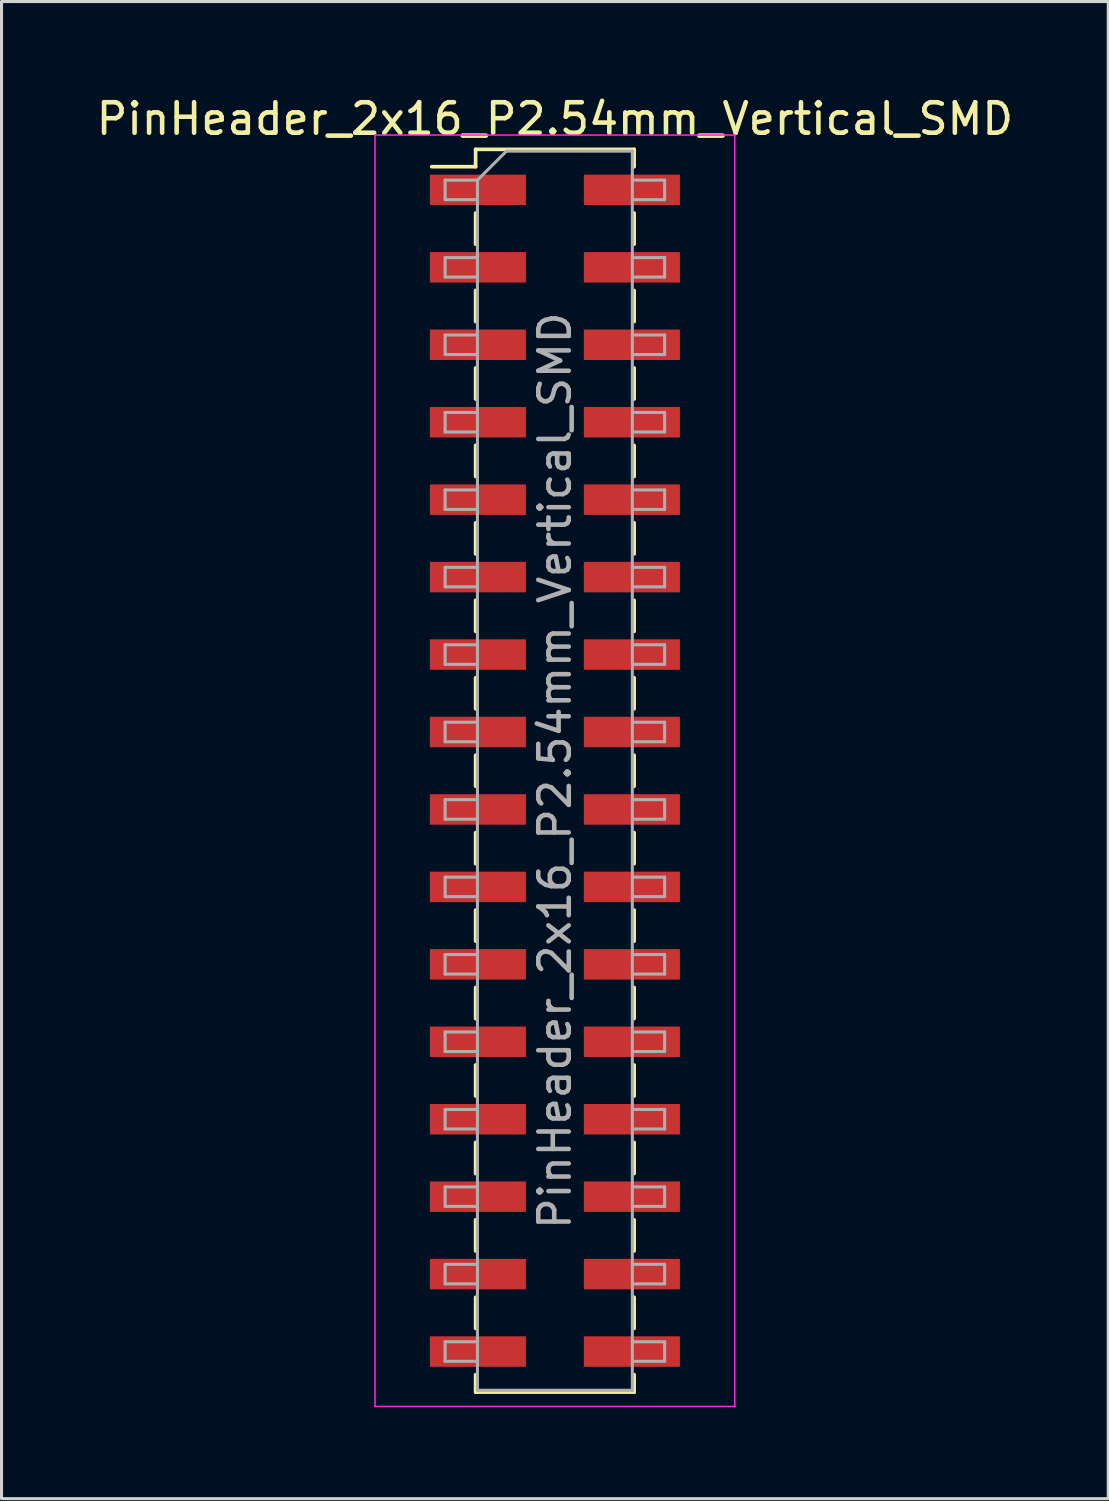
<source format=kicad_pcb>
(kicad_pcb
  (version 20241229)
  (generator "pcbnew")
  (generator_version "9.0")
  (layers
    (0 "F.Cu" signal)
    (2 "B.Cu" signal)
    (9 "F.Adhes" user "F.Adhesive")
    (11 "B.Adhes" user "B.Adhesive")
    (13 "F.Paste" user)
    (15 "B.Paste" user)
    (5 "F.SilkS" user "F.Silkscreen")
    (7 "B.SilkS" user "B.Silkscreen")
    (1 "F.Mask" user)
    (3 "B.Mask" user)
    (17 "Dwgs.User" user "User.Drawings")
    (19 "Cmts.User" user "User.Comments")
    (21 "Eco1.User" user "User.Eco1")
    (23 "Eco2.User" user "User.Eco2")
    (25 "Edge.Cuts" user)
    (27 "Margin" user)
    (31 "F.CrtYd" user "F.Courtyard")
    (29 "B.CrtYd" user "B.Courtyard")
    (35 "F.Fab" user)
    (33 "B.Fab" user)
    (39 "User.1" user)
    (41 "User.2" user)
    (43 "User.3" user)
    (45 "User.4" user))
  (footprint "PinHeader_2x16_P2.54mm_Vertical_SMD"
    (layer "F.Cu")
    (at 15.149 22.228)
    (property "Reference" "PinHeader_2x16_P2.54mm_Vertical_SMD" (at 0 -21.38 0) (layer "F.SilkS") (effects (font (size 1 1) (thickness 0.15))))
    (attr smd)
    (fp_line (start -4.04 -19.81) (end -2.6 -19.81) (stroke (width 0.12) (type solid)) (layer "F.SilkS"))
    (fp_line (start -2.6 -20.38) (end -2.6 -19.81) (stroke (width 0.12) (type solid)) (layer "F.SilkS"))
    (fp_line (start -2.6 -20.38) (end 2.6 -20.38) (stroke (width 0.12) (type solid)) (layer "F.SilkS"))
    (fp_line (start -2.6 -18.29) (end -2.6 -17.27) (stroke (width 0.12) (type solid)) (layer "F.SilkS"))
    (fp_line (start -2.6 -15.75) (end -2.6 -14.73) (stroke (width 0.12) (type solid)) (layer "F.SilkS"))
    (fp_line (start -2.6 -13.21) (end -2.6 -12.19) (stroke (width 0.12) (type solid)) (layer "F.SilkS"))
    (fp_line (start -2.6 -10.67) (end -2.6 -9.65) (stroke (width 0.12) (type solid)) (layer "F.SilkS"))
    (fp_line (start -2.6 -8.13) (end -2.6 -7.11) (stroke (width 0.12) (type solid)) (layer "F.SilkS"))
    (fp_line (start -2.6 -5.59) (end -2.6 -4.57) (stroke (width 0.12) (type solid)) (layer "F.SilkS"))
    (fp_line (start -2.6 -3.05) (end -2.6 -2.03) (stroke (width 0.12) (type solid)) (layer "F.SilkS"))
    (fp_line (start -2.6 -0.51) (end -2.6 0.51) (stroke (width 0.12) (type solid)) (layer "F.SilkS"))
    (fp_line (start -2.6 2.03) (end -2.6 3.05) (stroke (width 0.12) (type solid)) (layer "F.SilkS"))
    (fp_line (start -2.6 4.57) (end -2.6 5.59) (stroke (width 0.12) (type solid)) (layer "F.SilkS"))
    (fp_line (start -2.6 7.11) (end -2.6 8.13) (stroke (width 0.12) (type solid)) (layer "F.SilkS"))
    (fp_line (start -2.6 9.65) (end -2.6 10.67) (stroke (width 0.12) (type solid)) (layer "F.SilkS"))
    (fp_line (start -2.6 12.19) (end -2.6 13.21) (stroke (width 0.12) (type solid)) (layer "F.SilkS"))
    (fp_line (start -2.6 14.73) (end -2.6 15.75) (stroke (width 0.12) (type solid)) (layer "F.SilkS"))
    (fp_line (start -2.6 17.27) (end -2.6 18.29) (stroke (width 0.12) (type solid)) (layer "F.SilkS"))
    (fp_line (start -2.6 19.81) (end -2.6 20.38) (stroke (width 0.12) (type solid)) (layer "F.SilkS"))
    (fp_line (start -2.6 20.38) (end 2.6 20.38) (stroke (width 0.12) (type solid)) (layer "F.SilkS"))
    (fp_line (start 2.6 -20.38) (end 2.6 -19.81) (stroke (width 0.12) (type solid)) (layer "F.SilkS"))
    (fp_line (start 2.6 -18.29) (end 2.6 -17.27) (stroke (width 0.12) (type solid)) (layer "F.SilkS"))
    (fp_line (start 2.6 -15.75) (end 2.6 -14.73) (stroke (width 0.12) (type solid)) (layer "F.SilkS"))
    (fp_line (start 2.6 -13.21) (end 2.6 -12.19) (stroke (width 0.12) (type solid)) (layer "F.SilkS"))
    (fp_line (start 2.6 -10.67) (end 2.6 -9.65) (stroke (width 0.12) (type solid)) (layer "F.SilkS"))
    (fp_line (start 2.6 -8.13) (end 2.6 -7.11) (stroke (width 0.12) (type solid)) (layer "F.SilkS"))
    (fp_line (start 2.6 -5.59) (end 2.6 -4.57) (stroke (width 0.12) (type solid)) (layer "F.SilkS"))
    (fp_line (start 2.6 -3.05) (end 2.6 -2.03) (stroke (width 0.12) (type solid)) (layer "F.SilkS"))
    (fp_line (start 2.6 -0.51) (end 2.6 0.51) (stroke (width 0.12) (type solid)) (layer "F.SilkS"))
    (fp_line (start 2.6 2.03) (end 2.6 3.05) (stroke (width 0.12) (type solid)) (layer "F.SilkS"))
    (fp_line (start 2.6 4.57) (end 2.6 5.59) (stroke (width 0.12) (type solid)) (layer "F.SilkS"))
    (fp_line (start 2.6 7.11) (end 2.6 8.13) (stroke (width 0.12) (type solid)) (layer "F.SilkS"))
    (fp_line (start 2.6 9.65) (end 2.6 10.67) (stroke (width 0.12) (type solid)) (layer "F.SilkS"))
    (fp_line (start 2.6 12.19) (end 2.6 13.21) (stroke (width 0.12) (type solid)) (layer "F.SilkS"))
    (fp_line (start 2.6 14.73) (end 2.6 15.75) (stroke (width 0.12) (type solid)) (layer "F.SilkS"))
    (fp_line (start 2.6 17.27) (end 2.6 18.29) (stroke (width 0.12) (type solid)) (layer "F.SilkS"))
    (fp_line (start 2.6 19.81) (end 2.6 20.38) (stroke (width 0.12) (type solid)) (layer "F.SilkS"))
    (fp_line (start -5.9 -20.85) (end -5.9 20.85) (stroke (width 0.05) (type solid)) (layer "F.CrtYd"))
    (fp_line (start -5.9 20.85) (end 5.9 20.85) (stroke (width 0.05) (type solid)) (layer "F.CrtYd"))
    (fp_line (start 5.9 -20.85) (end -5.9 -20.85) (stroke (width 0.05) (type solid)) (layer "F.CrtYd"))
    (fp_line (start 5.9 20.85) (end 5.9 -20.85) (stroke (width 0.05) (type solid)) (layer "F.CrtYd"))
    (fp_line (start -3.6 -19.37) (end -3.6 -18.73) (stroke (width 0.1) (type solid)) (layer "F.Fab"))
    (fp_line (start -3.6 -18.73) (end -2.54 -18.73) (stroke (width 0.1) (type solid)) (layer "F.Fab"))
    (fp_line (start -3.6 -16.83) (end -3.6 -16.19) (stroke (width 0.1) (type solid)) (layer "F.Fab"))
    (fp_line (start -3.6 -16.19) (end -2.54 -16.19) (stroke (width 0.1) (type solid)) (layer "F.Fab"))
    (fp_line (start -3.6 -14.29) (end -3.6 -13.65) (stroke (width 0.1) (type solid)) (layer "F.Fab"))
    (fp_line (start -3.6 -13.65) (end -2.54 -13.65) (stroke (width 0.1) (type solid)) (layer "F.Fab"))
    (fp_line (start -3.6 -11.75) (end -3.6 -11.11) (stroke (width 0.1) (type solid)) (layer "F.Fab"))
    (fp_line (start -3.6 -11.11) (end -2.54 -11.11) (stroke (width 0.1) (type solid)) (layer "F.Fab"))
    (fp_line (start -3.6 -9.21) (end -3.6 -8.57) (stroke (width 0.1) (type solid)) (layer "F.Fab"))
    (fp_line (start -3.6 -8.57) (end -2.54 -8.57) (stroke (width 0.1) (type solid)) (layer "F.Fab"))
    (fp_line (start -3.6 -6.67) (end -3.6 -6.03) (stroke (width 0.1) (type solid)) (layer "F.Fab"))
    (fp_line (start -3.6 -6.03) (end -2.54 -6.03) (stroke (width 0.1) (type solid)) (layer "F.Fab"))
    (fp_line (start -3.6 -4.13) (end -3.6 -3.49) (stroke (width 0.1) (type solid)) (layer "F.Fab"))
    (fp_line (start -3.6 -3.49) (end -2.54 -3.49) (stroke (width 0.1) (type solid)) (layer "F.Fab"))
    (fp_line (start -3.6 -1.59) (end -3.6 -0.95) (stroke (width 0.1) (type solid)) (layer "F.Fab"))
    (fp_line (start -3.6 -0.95) (end -2.54 -0.95) (stroke (width 0.1) (type solid)) (layer "F.Fab"))
    (fp_line (start -3.6 0.95) (end -3.6 1.59) (stroke (width 0.1) (type solid)) (layer "F.Fab"))
    (fp_line (start -3.6 1.59) (end -2.54 1.59) (stroke (width 0.1) (type solid)) (layer "F.Fab"))
    (fp_line (start -3.6 3.49) (end -3.6 4.13) (stroke (width 0.1) (type solid)) (layer "F.Fab"))
    (fp_line (start -3.6 4.13) (end -2.54 4.13) (stroke (width 0.1) (type solid)) (layer "F.Fab"))
    (fp_line (start -3.6 6.03) (end -3.6 6.67) (stroke (width 0.1) (type solid)) (layer "F.Fab"))
    (fp_line (start -3.6 6.67) (end -2.54 6.67) (stroke (width 0.1) (type solid)) (layer "F.Fab"))
    (fp_line (start -3.6 8.57) (end -3.6 9.21) (stroke (width 0.1) (type solid)) (layer "F.Fab"))
    (fp_line (start -3.6 9.21) (end -2.54 9.21) (stroke (width 0.1) (type solid)) (layer "F.Fab"))
    (fp_line (start -3.6 11.11) (end -3.6 11.75) (stroke (width 0.1) (type solid)) (layer "F.Fab"))
    (fp_line (start -3.6 11.75) (end -2.54 11.75) (stroke (width 0.1) (type solid)) (layer "F.Fab"))
    (fp_line (start -3.6 13.65) (end -3.6 14.29) (stroke (width 0.1) (type solid)) (layer "F.Fab"))
    (fp_line (start -3.6 14.29) (end -2.54 14.29) (stroke (width 0.1) (type solid)) (layer "F.Fab"))
    (fp_line (start -3.6 16.19) (end -3.6 16.83) (stroke (width 0.1) (type solid)) (layer "F.Fab"))
    (fp_line (start -3.6 16.83) (end -2.54 16.83) (stroke (width 0.1) (type solid)) (layer "F.Fab"))
    (fp_line (start -3.6 18.73) (end -3.6 19.37) (stroke (width 0.1) (type solid)) (layer "F.Fab"))
    (fp_line (start -3.6 19.37) (end -2.54 19.37) (stroke (width 0.1) (type solid)) (layer "F.Fab"))
    (fp_line (start -2.54 -19.37) (end -3.6 -19.37) (stroke (width 0.1) (type solid)) (layer "F.Fab"))
    (fp_line (start -2.54 -19.37) (end -1.59 -20.32) (stroke (width 0.1) (type solid)) (layer "F.Fab"))
    (fp_line (start -2.54 -16.83) (end -3.6 -16.83) (stroke (width 0.1) (type solid)) (layer "F.Fab"))
    (fp_line (start -2.54 -14.29) (end -3.6 -14.29) (stroke (width 0.1) (type solid)) (layer "F.Fab"))
    (fp_line (start -2.54 -11.75) (end -3.6 -11.75) (stroke (width 0.1) (type solid)) (layer "F.Fab"))
    (fp_line (start -2.54 -9.21) (end -3.6 -9.21) (stroke (width 0.1) (type solid)) (layer "F.Fab"))
    (fp_line (start -2.54 -6.67) (end -3.6 -6.67) (stroke (width 0.1) (type solid)) (layer "F.Fab"))
    (fp_line (start -2.54 -4.13) (end -3.6 -4.13) (stroke (width 0.1) (type solid)) (layer "F.Fab"))
    (fp_line (start -2.54 -1.59) (end -3.6 -1.59) (stroke (width 0.1) (type solid)) (layer "F.Fab"))
    (fp_line (start -2.54 0.95) (end -3.6 0.95) (stroke (width 0.1) (type solid)) (layer "F.Fab"))
    (fp_line (start -2.54 3.49) (end -3.6 3.49) (stroke (width 0.1) (type solid)) (layer "F.Fab"))
    (fp_line (start -2.54 6.03) (end -3.6 6.03) (stroke (width 0.1) (type solid)) (layer "F.Fab"))
    (fp_line (start -2.54 8.57) (end -3.6 8.57) (stroke (width 0.1) (type solid)) (layer "F.Fab"))
    (fp_line (start -2.54 11.11) (end -3.6 11.11) (stroke (width 0.1) (type solid)) (layer "F.Fab"))
    (fp_line (start -2.54 13.65) (end -3.6 13.65) (stroke (width 0.1) (type solid)) (layer "F.Fab"))
    (fp_line (start -2.54 16.19) (end -3.6 16.19) (stroke (width 0.1) (type solid)) (layer "F.Fab"))
    (fp_line (start -2.54 18.73) (end -3.6 18.73) (stroke (width 0.1) (type solid)) (layer "F.Fab"))
    (fp_line (start -2.54 20.32) (end -2.54 -19.37) (stroke (width 0.1) (type solid)) (layer "F.Fab"))
    (fp_line (start -1.59 -20.32) (end 2.54 -20.32) (stroke (width 0.1) (type solid)) (layer "F.Fab"))
    (fp_line (start 2.54 -20.32) (end 2.54 20.32) (stroke (width 0.1) (type solid)) (layer "F.Fab"))
    (fp_line (start 2.54 -19.37) (end 3.6 -19.37) (stroke (width 0.1) (type solid)) (layer "F.Fab"))
    (fp_line (start 2.54 -16.83) (end 3.6 -16.83) (stroke (width 0.1) (type solid)) (layer "F.Fab"))
    (fp_line (start 2.54 -14.29) (end 3.6 -14.29) (stroke (width 0.1) (type solid)) (layer "F.Fab"))
    (fp_line (start 2.54 -11.75) (end 3.6 -11.75) (stroke (width 0.1) (type solid)) (layer "F.Fab"))
    (fp_line (start 2.54 -9.21) (end 3.6 -9.21) (stroke (width 0.1) (type solid)) (layer "F.Fab"))
    (fp_line (start 2.54 -6.67) (end 3.6 -6.67) (stroke (width 0.1) (type solid)) (layer "F.Fab"))
    (fp_line (start 2.54 -4.13) (end 3.6 -4.13) (stroke (width 0.1) (type solid)) (layer "F.Fab"))
    (fp_line (start 2.54 -1.59) (end 3.6 -1.59) (stroke (width 0.1) (type solid)) (layer "F.Fab"))
    (fp_line (start 2.54 0.95) (end 3.6 0.95) (stroke (width 0.1) (type solid)) (layer "F.Fab"))
    (fp_line (start 2.54 3.49) (end 3.6 3.49) (stroke (width 0.1) (type solid)) (layer "F.Fab"))
    (fp_line (start 2.54 6.03) (end 3.6 6.03) (stroke (width 0.1) (type solid)) (layer "F.Fab"))
    (fp_line (start 2.54 8.57) (end 3.6 8.57) (stroke (width 0.1) (type solid)) (layer "F.Fab"))
    (fp_line (start 2.54 11.11) (end 3.6 11.11) (stroke (width 0.1) (type solid)) (layer "F.Fab"))
    (fp_line (start 2.54 13.65) (end 3.6 13.65) (stroke (width 0.1) (type solid)) (layer "F.Fab"))
    (fp_line (start 2.54 16.19) (end 3.6 16.19) (stroke (width 0.1) (type solid)) (layer "F.Fab"))
    (fp_line (start 2.54 18.73) (end 3.6 18.73) (stroke (width 0.1) (type solid)) (layer "F.Fab"))
    (fp_line (start 2.54 20.32) (end -2.54 20.32) (stroke (width 0.1) (type solid)) (layer "F.Fab"))
    (fp_line (start 3.6 -19.37) (end 3.6 -18.73) (stroke (width 0.1) (type solid)) (layer "F.Fab"))
    (fp_line (start 3.6 -18.73) (end 2.54 -18.73) (stroke (width 0.1) (type solid)) (layer "F.Fab"))
    (fp_line (start 3.6 -16.83) (end 3.6 -16.19) (stroke (width 0.1) (type solid)) (layer "F.Fab"))
    (fp_line (start 3.6 -16.19) (end 2.54 -16.19) (stroke (width 0.1) (type solid)) (layer "F.Fab"))
    (fp_line (start 3.6 -14.29) (end 3.6 -13.65) (stroke (width 0.1) (type solid)) (layer "F.Fab"))
    (fp_line (start 3.6 -13.65) (end 2.54 -13.65) (stroke (width 0.1) (type solid)) (layer "F.Fab"))
    (fp_line (start 3.6 -11.75) (end 3.6 -11.11) (stroke (width 0.1) (type solid)) (layer "F.Fab"))
    (fp_line (start 3.6 -11.11) (end 2.54 -11.11) (stroke (width 0.1) (type solid)) (layer "F.Fab"))
    (fp_line (start 3.6 -9.21) (end 3.6 -8.57) (stroke (width 0.1) (type solid)) (layer "F.Fab"))
    (fp_line (start 3.6 -8.57) (end 2.54 -8.57) (stroke (width 0.1) (type solid)) (layer "F.Fab"))
    (fp_line (start 3.6 -6.67) (end 3.6 -6.03) (stroke (width 0.1) (type solid)) (layer "F.Fab"))
    (fp_line (start 3.6 -6.03) (end 2.54 -6.03) (stroke (width 0.1) (type solid)) (layer "F.Fab"))
    (fp_line (start 3.6 -4.13) (end 3.6 -3.49) (stroke (width 0.1) (type solid)) (layer "F.Fab"))
    (fp_line (start 3.6 -3.49) (end 2.54 -3.49) (stroke (width 0.1) (type solid)) (layer "F.Fab"))
    (fp_line (start 3.6 -1.59) (end 3.6 -0.95) (stroke (width 0.1) (type solid)) (layer "F.Fab"))
    (fp_line (start 3.6 -0.95) (end 2.54 -0.95) (stroke (width 0.1) (type solid)) (layer "F.Fab"))
    (fp_line (start 3.6 0.95) (end 3.6 1.59) (stroke (width 0.1) (type solid)) (layer "F.Fab"))
    (fp_line (start 3.6 1.59) (end 2.54 1.59) (stroke (width 0.1) (type solid)) (layer "F.Fab"))
    (fp_line (start 3.6 3.49) (end 3.6 4.13) (stroke (width 0.1) (type solid)) (layer "F.Fab"))
    (fp_line (start 3.6 4.13) (end 2.54 4.13) (stroke (width 0.1) (type solid)) (layer "F.Fab"))
    (fp_line (start 3.6 6.03) (end 3.6 6.67) (stroke (width 0.1) (type solid)) (layer "F.Fab"))
    (fp_line (start 3.6 6.67) (end 2.54 6.67) (stroke (width 0.1) (type solid)) (layer "F.Fab"))
    (fp_line (start 3.6 8.57) (end 3.6 9.21) (stroke (width 0.1) (type solid)) (layer "F.Fab"))
    (fp_line (start 3.6 9.21) (end 2.54 9.21) (stroke (width 0.1) (type solid)) (layer "F.Fab"))
    (fp_line (start 3.6 11.11) (end 3.6 11.75) (stroke (width 0.1) (type solid)) (layer "F.Fab"))
    (fp_line (start 3.6 11.75) (end 2.54 11.75) (stroke (width 0.1) (type solid)) (layer "F.Fab"))
    (fp_line (start 3.6 13.65) (end 3.6 14.29) (stroke (width 0.1) (type solid)) (layer "F.Fab"))
    (fp_line (start 3.6 14.29) (end 2.54 14.29) (stroke (width 0.1) (type solid)) (layer "F.Fab"))
    (fp_line (start 3.6 16.19) (end 3.6 16.83) (stroke (width 0.1) (type solid)) (layer "F.Fab"))
    (fp_line (start 3.6 16.83) (end 2.54 16.83) (stroke (width 0.1) (type solid)) (layer "F.Fab"))
    (fp_line (start 3.6 18.73) (end 3.6 19.37) (stroke (width 0.1) (type solid)) (layer "F.Fab"))
    (fp_line (start 3.6 19.37) (end 2.54 19.37) (stroke (width 0.1) (type solid)) (layer "F.Fab"))
    (fp_text user "${REFERENCE}" (at 0 0 90) (layer "F.Fab") (effects (font (size 1 1) (thickness 0.15))))
    (pad "1" smd rect (at -2.525 -19.05) (size 3.15 1) (layers "F.Cu" "F.Mask" "F.Paste"))
    (pad "2" smd rect (at 2.525 -19.05) (size 3.15 1) (layers "F.Cu" "F.Mask" "F.Paste"))
    (pad "3" smd rect (at -2.525 -16.51) (size 3.15 1) (layers "F.Cu" "F.Mask" "F.Paste"))
    (pad "4" smd rect (at 2.525 -16.51) (size 3.15 1) (layers "F.Cu" "F.Mask" "F.Paste"))
    (pad "5" smd rect (at -2.525 -13.97) (size 3.15 1) (layers "F.Cu" "F.Mask" "F.Paste"))
    (pad "6" smd rect (at 2.525 -13.97) (size 3.15 1) (layers "F.Cu" "F.Mask" "F.Paste"))
    (pad "7" smd rect (at -2.525 -11.43) (size 3.15 1) (layers "F.Cu" "F.Mask" "F.Paste"))
    (pad "8" smd rect (at 2.525 -11.43) (size 3.15 1) (layers "F.Cu" "F.Mask" "F.Paste"))
    (pad "9" smd rect (at -2.525 -8.89) (size 3.15 1) (layers "F.Cu" "F.Mask" "F.Paste"))
    (pad "10" smd rect (at 2.525 -8.89) (size 3.15 1) (layers "F.Cu" "F.Mask" "F.Paste"))
    (pad "11" smd rect (at -2.525 -6.35) (size 3.15 1) (layers "F.Cu" "F.Mask" "F.Paste"))
    (pad "12" smd rect (at 2.525 -6.35) (size 3.15 1) (layers "F.Cu" "F.Mask" "F.Paste"))
    (pad "13" smd rect (at -2.525 -3.81) (size 3.15 1) (layers "F.Cu" "F.Mask" "F.Paste"))
    (pad "14" smd rect (at 2.525 -3.81) (size 3.15 1) (layers "F.Cu" "F.Mask" "F.Paste"))
    (pad "15" smd rect (at -2.525 -1.27) (size 3.15 1) (layers "F.Cu" "F.Mask" "F.Paste"))
    (pad "16" smd rect (at 2.525 -1.27) (size 3.15 1) (layers "F.Cu" "F.Mask" "F.Paste"))
    (pad "17" smd rect (at -2.525 1.27) (size 3.15 1) (layers "F.Cu" "F.Mask" "F.Paste"))
    (pad "18" smd rect (at 2.525 1.27) (size 3.15 1) (layers "F.Cu" "F.Mask" "F.Paste"))
    (pad "19" smd rect (at -2.525 3.81) (size 3.15 1) (layers "F.Cu" "F.Mask" "F.Paste"))
    (pad "20" smd rect (at 2.525 3.81) (size 3.15 1) (layers "F.Cu" "F.Mask" "F.Paste"))
    (pad "21" smd rect (at -2.525 6.35) (size 3.15 1) (layers "F.Cu" "F.Mask" "F.Paste"))
    (pad "22" smd rect (at 2.525 6.35) (size 3.15 1) (layers "F.Cu" "F.Mask" "F.Paste"))
    (pad "23" smd rect (at -2.525 8.89) (size 3.15 1) (layers "F.Cu" "F.Mask" "F.Paste"))
    (pad "24" smd rect (at 2.525 8.89) (size 3.15 1) (layers "F.Cu" "F.Mask" "F.Paste"))
    (pad "25" smd rect (at -2.525 11.43) (size 3.15 1) (layers "F.Cu" "F.Mask" "F.Paste"))
    (pad "26" smd rect (at 2.525 11.43) (size 3.15 1) (layers "F.Cu" "F.Mask" "F.Paste"))
    (pad "27" smd rect (at -2.525 13.97) (size 3.15 1) (layers "F.Cu" "F.Mask" "F.Paste"))
    (pad "28" smd rect (at 2.525 13.97) (size 3.15 1) (layers "F.Cu" "F.Mask" "F.Paste"))
    (pad "29" smd rect (at -2.525 16.51) (size 3.15 1) (layers "F.Cu" "F.Mask" "F.Paste"))
    (pad "30" smd rect (at 2.525 16.51) (size 3.15 1) (layers "F.Cu" "F.Mask" "F.Paste"))
    (pad "31" smd rect (at -2.525 19.05) (size 3.15 1) (layers "F.Cu" "F.Mask" "F.Paste"))
    (pad "32" smd rect (at 2.525 19.05) (size 3.15 1) (layers "F.Cu" "F.Mask" "F.Paste")))
  (gr_rect
    (start -3 -3)
    (end 33.298 46.103)
    (stroke (width 0.1) (type default))
    (fill no)
    (layer "Edge.Cuts")))
</source>
